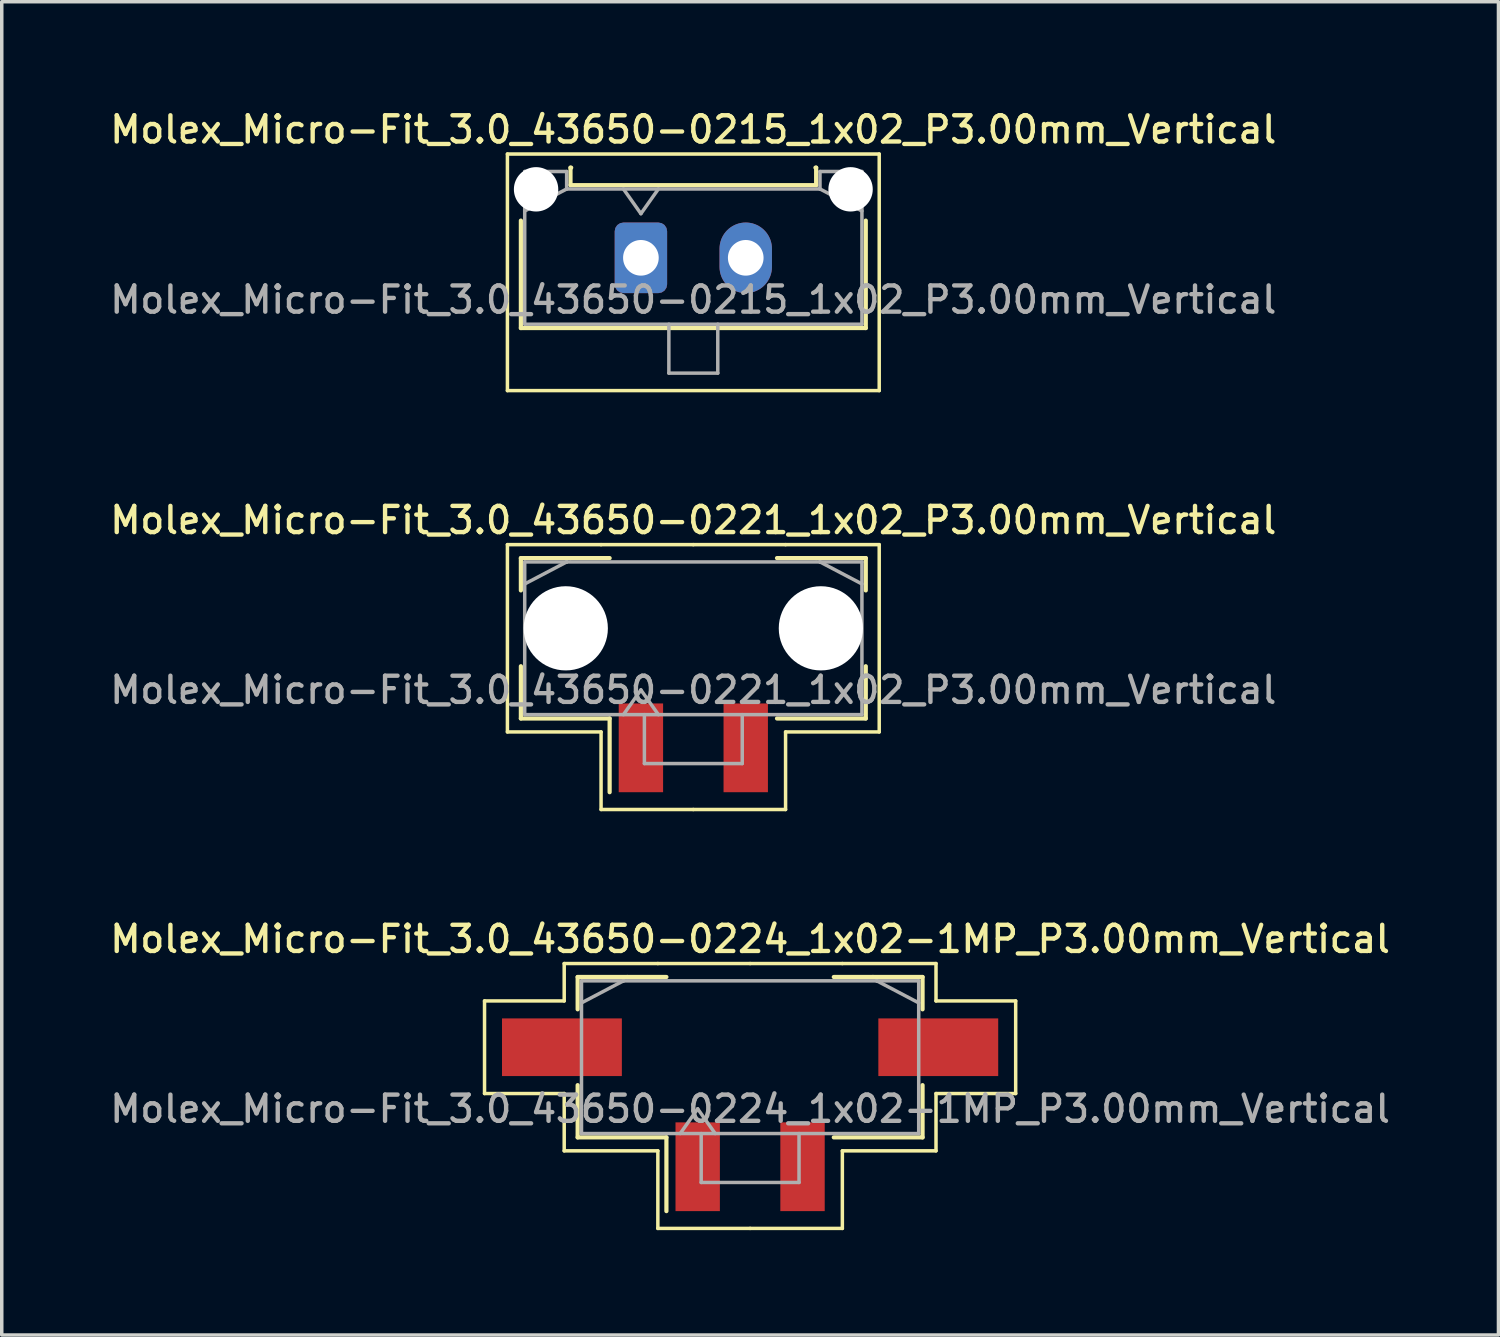
<source format=kicad_pcb>
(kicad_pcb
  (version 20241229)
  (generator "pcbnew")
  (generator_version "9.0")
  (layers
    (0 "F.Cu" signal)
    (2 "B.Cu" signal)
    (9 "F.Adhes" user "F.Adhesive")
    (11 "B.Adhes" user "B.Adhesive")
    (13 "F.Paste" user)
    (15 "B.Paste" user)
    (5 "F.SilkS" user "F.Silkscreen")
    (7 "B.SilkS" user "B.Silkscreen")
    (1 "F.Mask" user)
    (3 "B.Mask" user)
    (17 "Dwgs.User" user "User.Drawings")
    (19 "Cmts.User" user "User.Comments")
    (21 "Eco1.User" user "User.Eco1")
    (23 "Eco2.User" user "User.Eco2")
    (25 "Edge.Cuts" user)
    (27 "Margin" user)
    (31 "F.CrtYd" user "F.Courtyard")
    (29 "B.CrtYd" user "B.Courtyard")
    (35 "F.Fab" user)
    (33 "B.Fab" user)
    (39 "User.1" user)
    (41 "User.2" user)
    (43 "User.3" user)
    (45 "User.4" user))
  (footprint "Molex_Micro-Fit_3.0_43650-0224_1x02-1MP_P3.00mm_Vertical"
    (layer "F.Cu")
    (at 18.416 27.204)
    (property "Reference" "Molex_Micro-Fit_3.0_43650-0224_1x02-1MP_P3.00mm_Vertical" (at 0 -3.38 0) (layer "F.SilkS") (effects (font (size 0.75 0.75) (thickness 0.125))))
    (attr smd)
    (fp_line (start -7.6 -1.61) (end -7.6 1.04) (stroke (width 0.1) (type solid)) (layer "F.SilkS"))
    (fp_line (start -7.6 1.04) (end -5.32 1.04) (stroke (width 0.1) (type solid)) (layer "F.SilkS"))
    (fp_line (start -5.32 -2.68) (end -5.32 -1.61) (stroke (width 0.1) (type solid)) (layer "F.SilkS"))
    (fp_line (start -5.32 -1.61) (end -7.6 -1.61) (stroke (width 0.1) (type solid)) (layer "F.SilkS"))
    (fp_line (start -5.32 1.04) (end -5.32 2.68) (stroke (width 0.1) (type solid)) (layer "F.SilkS"))
    (fp_line (start -5.32 2.68) (end -2.64 2.68) (stroke (width 0.1) (type solid)) (layer "F.SilkS"))
    (fp_line (start -4.935 -2.295) (end -3.515 -2.295) (stroke (width 0.12) (type solid)) (layer "F.SilkS"))
    (fp_line (start -4.935 -1.37) (end -4.935 -2.295) (stroke (width 0.12) (type solid)) (layer "F.SilkS"))
    (fp_line (start -4.935 0.8) (end -4.935 2.295) (stroke (width 0.12) (type solid)) (layer "F.SilkS"))
    (fp_line (start -4.935 2.295) (end -2.395 2.295) (stroke (width 0.12) (type solid)) (layer "F.SilkS"))
    (fp_line (start -3.515 -2.295) (end -3.515 -2.295) (stroke (width 0.12) (type solid)) (layer "F.SilkS"))
    (fp_line (start -3.515 -2.295) (end -2.395 -2.295) (stroke (width 0.12) (type solid)) (layer "F.SilkS"))
    (fp_line (start -2.64 -2.68) (end -5.32 -2.68) (stroke (width 0.1) (type solid)) (layer "F.SilkS"))
    (fp_line (start -2.64 2.68) (end -2.64 4.9) (stroke (width 0.1) (type solid)) (layer "F.SilkS"))
    (fp_line (start -2.64 4.9) (end 0 4.9) (stroke (width 0.1) (type solid)) (layer "F.SilkS"))
    (fp_line (start -2.395 2.295) (end -2.395 4.405) (stroke (width 0.12) (type solid)) (layer "F.SilkS"))
    (fp_line (start 0 -2.68) (end -2.64 -2.68) (stroke (width 0.1) (type solid)) (layer "F.SilkS"))
    (fp_line (start 0 -2.68) (end 2.64 -2.68) (stroke (width 0.1) (type solid)) (layer "F.SilkS"))
    (fp_line (start 2.64 -2.68) (end 5.32 -2.68) (stroke (width 0.1) (type solid)) (layer "F.SilkS"))
    (fp_line (start 2.64 2.68) (end 2.64 4.9) (stroke (width 0.1) (type solid)) (layer "F.SilkS"))
    (fp_line (start 2.64 4.9) (end 0 4.9) (stroke (width 0.1) (type solid)) (layer "F.SilkS"))
    (fp_line (start 3.515 -2.295) (end 2.395 -2.295) (stroke (width 0.12) (type solid)) (layer "F.SilkS"))
    (fp_line (start 3.515 -2.295) (end 3.515 -2.295) (stroke (width 0.12) (type solid)) (layer "F.SilkS"))
    (fp_line (start 4.935 -2.295) (end 3.515 -2.295) (stroke (width 0.12) (type solid)) (layer "F.SilkS"))
    (fp_line (start 4.935 -1.37) (end 4.935 -2.295) (stroke (width 0.12) (type solid)) (layer "F.SilkS"))
    (fp_line (start 4.935 0.8) (end 4.935 2.295) (stroke (width 0.12) (type solid)) (layer "F.SilkS"))
    (fp_line (start 4.935 2.295) (end 2.395 2.295) (stroke (width 0.12) (type solid)) (layer "F.SilkS"))
    (fp_line (start 5.32 -2.68) (end 5.32 -1.61) (stroke (width 0.1) (type solid)) (layer "F.SilkS"))
    (fp_line (start 5.32 -1.61) (end 7.6 -1.61) (stroke (width 0.1) (type solid)) (layer "F.SilkS"))
    (fp_line (start 5.32 1.04) (end 5.32 2.68) (stroke (width 0.1) (type solid)) (layer "F.SilkS"))
    (fp_line (start 5.32 2.68) (end 2.64 2.68) (stroke (width 0.1) (type solid)) (layer "F.SilkS"))
    (fp_line (start 7.6 -1.61) (end 7.6 1.04) (stroke (width 0.1) (type solid)) (layer "F.SilkS"))
    (fp_line (start 7.6 1.04) (end 5.32 1.04) (stroke (width 0.1) (type solid)) (layer "F.SilkS"))
    (fp_line (start -4.825 -2.185) (end -4.825 2.185) (stroke (width 0.1) (type solid)) (layer "F.Fab"))
    (fp_line (start -4.825 -1.555) (end -3.625 -2.185) (stroke (width 0.1) (type solid)) (layer "F.Fab"))
    (fp_line (start -4.825 2.185) (end 4.825 2.185) (stroke (width 0.1) (type solid)) (layer "F.Fab"))
    (fp_line (start -3.625 -2.185) (end -4.825 -2.185) (stroke (width 0.1) (type solid)) (layer "F.Fab"))
    (fp_line (start -3.625 -2.185) (end -3.625 -2.185) (stroke (width 0.1) (type solid)) (layer "F.Fab"))
    (fp_line (start -2 2.185) (end -1.5 1.478) (stroke (width 0.1) (type solid)) (layer "F.Fab"))
    (fp_line (start -1.5 1.478) (end -1 2.185) (stroke (width 0.1) (type solid)) (layer "F.Fab"))
    (fp_line (start -1.4 2.185) (end -1.4 3.585) (stroke (width 0.1) (type solid)) (layer "F.Fab"))
    (fp_line (start -1.4 3.585) (end 1.4 3.585) (stroke (width 0.1) (type solid)) (layer "F.Fab"))
    (fp_line (start 1.4 3.585) (end 1.4 2.185) (stroke (width 0.1) (type solid)) (layer "F.Fab"))
    (fp_line (start 3.625 -2.185) (end -3.625 -2.185) (stroke (width 0.1) (type solid)) (layer "F.Fab"))
    (fp_line (start 3.625 -2.185) (end 3.625 -2.185) (stroke (width 0.1) (type solid)) (layer "F.Fab"))
    (fp_line (start 4.825 -2.185) (end 3.625 -2.185) (stroke (width 0.1) (type solid)) (layer "F.Fab"))
    (fp_line (start 4.825 -1.555) (end 3.625 -2.185) (stroke (width 0.1) (type solid)) (layer "F.Fab"))
    (fp_line (start 4.825 2.185) (end 4.825 -2.185) (stroke (width 0.1) (type solid)) (layer "F.Fab"))
    (fp_text user "${REFERENCE}" (at 0 1.48 0) (layer "F.Fab") (effects (font (size 0.75 0.75) (thickness 0.125))))
    (pad "1" smd rect (at -1.5 3.135) (size 1.27 2.54) (layers "F.Cu" "F.Mask" "F.Paste"))
    (pad "2" smd rect (at 1.5 3.135) (size 1.27 2.54) (layers "F.Cu" "F.Mask" "F.Paste"))
    (pad "MP" smd rect (at -5.385 -0.285) (size 3.43 1.65) (layers "F.Cu" "F.Mask" "F.Paste"))
    (pad "MP" smd rect (at 5.385 -0.285) (size 3.43 1.65) (layers "F.Cu" "F.Mask" "F.Paste")))
  (footprint "Molex_Micro-Fit_3.0_43650-0221_1x02_P3.00mm_Vertical"
    (layer "F.Cu")
    (at 16.791 15.216)
    (property "Reference" "Molex_Micro-Fit_3.0_43650-0221_1x02_P3.00mm_Vertical" (at 0 -3.38 0) (layer "F.SilkS") (effects (font (size 0.75 0.75) (thickness 0.125))))
    (attr smd)
    (fp_line (start -5.32 -2.68) (end -5.32 2.68) (stroke (width 0.1) (type solid)) (layer "F.SilkS"))
    (fp_line (start -5.32 2.68) (end -2.64 2.68) (stroke (width 0.1) (type solid)) (layer "F.SilkS"))
    (fp_line (start -4.935 -2.295) (end -3.515 -2.295) (stroke (width 0.12) (type solid)) (layer "F.SilkS"))
    (fp_line (start -4.935 -1.37) (end -4.935 -2.295) (stroke (width 0.12) (type solid)) (layer "F.SilkS"))
    (fp_line (start -4.935 0.8) (end -4.935 2.295) (stroke (width 0.12) (type solid)) (layer "F.SilkS"))
    (fp_line (start -4.935 2.295) (end -2.395 2.295) (stroke (width 0.12) (type solid)) (layer "F.SilkS"))
    (fp_line (start -3.515 -2.295) (end -3.515 -2.295) (stroke (width 0.12) (type solid)) (layer "F.SilkS"))
    (fp_line (start -3.515 -2.295) (end -2.395 -2.295) (stroke (width 0.12) (type solid)) (layer "F.SilkS"))
    (fp_line (start -2.64 -2.68) (end -5.32 -2.68) (stroke (width 0.1) (type solid)) (layer "F.SilkS"))
    (fp_line (start -2.64 2.68) (end -2.64 4.9) (stroke (width 0.1) (type solid)) (layer "F.SilkS"))
    (fp_line (start -2.64 4.9) (end 0 4.9) (stroke (width 0.1) (type solid)) (layer "F.SilkS"))
    (fp_line (start -2.395 2.295) (end -2.395 4.405) (stroke (width 0.12) (type solid)) (layer "F.SilkS"))
    (fp_line (start 0 -2.68) (end -2.64 -2.68) (stroke (width 0.1) (type solid)) (layer "F.SilkS"))
    (fp_line (start 0 -2.68) (end 2.64 -2.68) (stroke (width 0.1) (type solid)) (layer "F.SilkS"))
    (fp_line (start 2.64 -2.68) (end 5.32 -2.68) (stroke (width 0.1) (type solid)) (layer "F.SilkS"))
    (fp_line (start 2.64 2.68) (end 2.64 4.9) (stroke (width 0.1) (type solid)) (layer "F.SilkS"))
    (fp_line (start 2.64 4.9) (end 0 4.9) (stroke (width 0.1) (type solid)) (layer "F.SilkS"))
    (fp_line (start 3.515 -2.295) (end 2.395 -2.295) (stroke (width 0.12) (type solid)) (layer "F.SilkS"))
    (fp_line (start 3.515 -2.295) (end 3.515 -2.295) (stroke (width 0.12) (type solid)) (layer "F.SilkS"))
    (fp_line (start 4.935 -2.295) (end 3.515 -2.295) (stroke (width 0.12) (type solid)) (layer "F.SilkS"))
    (fp_line (start 4.935 -1.37) (end 4.935 -2.295) (stroke (width 0.12) (type solid)) (layer "F.SilkS"))
    (fp_line (start 4.935 0.8) (end 4.935 2.295) (stroke (width 0.12) (type solid)) (layer "F.SilkS"))
    (fp_line (start 4.935 2.295) (end 2.395 2.295) (stroke (width 0.12) (type solid)) (layer "F.SilkS"))
    (fp_line (start 5.32 -2.68) (end 5.32 2.68) (stroke (width 0.1) (type solid)) (layer "F.SilkS"))
    (fp_line (start 5.32 2.68) (end 2.64 2.68) (stroke (width 0.1) (type solid)) (layer "F.SilkS"))
    (fp_line (start -4.825 -2.185) (end -4.825 2.185) (stroke (width 0.1) (type solid)) (layer "F.Fab"))
    (fp_line (start -4.825 -1.555) (end -3.625 -2.185) (stroke (width 0.1) (type solid)) (layer "F.Fab"))
    (fp_line (start -4.825 2.185) (end 4.825 2.185) (stroke (width 0.1) (type solid)) (layer "F.Fab"))
    (fp_line (start -3.625 -2.185) (end -4.825 -2.185) (stroke (width 0.1) (type solid)) (layer "F.Fab"))
    (fp_line (start -3.625 -2.185) (end -3.625 -2.185) (stroke (width 0.1) (type solid)) (layer "F.Fab"))
    (fp_line (start -2 2.185) (end -1.5 1.478) (stroke (width 0.1) (type solid)) (layer "F.Fab"))
    (fp_line (start -1.5 1.478) (end -1 2.185) (stroke (width 0.1) (type solid)) (layer "F.Fab"))
    (fp_line (start -1.4 2.185) (end -1.4 3.585) (stroke (width 0.1) (type solid)) (layer "F.Fab"))
    (fp_line (start -1.4 3.585) (end 1.4 3.585) (stroke (width 0.1) (type solid)) (layer "F.Fab"))
    (fp_line (start 1.4 3.585) (end 1.4 2.185) (stroke (width 0.1) (type solid)) (layer "F.Fab"))
    (fp_line (start 3.625 -2.185) (end -3.625 -2.185) (stroke (width 0.1) (type solid)) (layer "F.Fab"))
    (fp_line (start 3.625 -2.185) (end 3.625 -2.185) (stroke (width 0.1) (type solid)) (layer "F.Fab"))
    (fp_line (start 4.825 -2.185) (end 3.625 -2.185) (stroke (width 0.1) (type solid)) (layer "F.Fab"))
    (fp_line (start 4.825 -1.555) (end 3.625 -2.185) (stroke (width 0.1) (type solid)) (layer "F.Fab"))
    (fp_line (start 4.825 2.185) (end 4.825 -2.185) (stroke (width 0.1) (type solid)) (layer "F.Fab"))
    (fp_text user "${REFERENCE}" (at 0 1.48 0) (layer "F.Fab") (effects (font (size 0.75 0.75) (thickness 0.125))))
    (pad "" np_thru_hole circle (at -3.65 -0.285) (size 2.41 2.41) (drill 2.41) (layers "*.Cu" "*.Mask"))
    (pad "" np_thru_hole circle (at 3.65 -0.285) (size 2.41 2.41) (drill 2.41) (layers "*.Cu" "*.Mask"))
    (pad "1" smd rect (at -1.5 3.135) (size 1.27 2.54) (layers "F.Cu" "F.Mask" "F.Paste"))
    (pad "2" smd rect (at 1.5 3.135) (size 1.27 2.54) (layers "F.Cu" "F.Mask" "F.Paste")))
  (footprint "Molex_Micro-Fit_3.0_43650-0215_1x02_P3.00mm_Vertical"
    (layer "F.Cu")
    (at 15.291 4.328)
    (property "Reference" "Molex_Micro-Fit_3.0_43650-0215_1x02_P3.00mm_Vertical" (at 1.5 -3.67 0) (layer "F.SilkS") (effects (font (size 0.75 0.75) (thickness 0.125))))
    (attr through_hole)
    (fp_line (start -3.82 -2.97) (end 6.82 -2.97) (stroke (width 0.1) (type solid)) (layer "F.SilkS"))
    (fp_line (start -3.82 3.8) (end -3.82 -2.97) (stroke (width 0.1) (type solid)) (layer "F.SilkS"))
    (fp_line (start -3.435 -1.065) (end -3.435 2.01) (stroke (width 0.12) (type solid)) (layer "F.SilkS"))
    (fp_line (start -3.435 2.01) (end 6.435 2.01) (stroke (width 0.12) (type solid)) (layer "F.SilkS"))
    (fp_line (start -2.015 -2.58) (end -2.015 -2.08) (stroke (width 0.12) (type solid)) (layer "F.SilkS"))
    (fp_line (start -2.015 -2.08) (end 5.015 -2.08) (stroke (width 0.12) (type solid)) (layer "F.SilkS"))
    (fp_line (start -1.995 -2.58) (end -2.015 -2.58) (stroke (width 0.12) (type solid)) (layer "F.SilkS"))
    (fp_line (start 5.015 -2.58) (end 4.995 -2.58) (stroke (width 0.12) (type solid)) (layer "F.SilkS"))
    (fp_line (start 5.015 -2.08) (end 5.015 -2.58) (stroke (width 0.12) (type solid)) (layer "F.SilkS"))
    (fp_line (start 6.435 2.01) (end 6.435 -1.065) (stroke (width 0.12) (type solid)) (layer "F.SilkS"))
    (fp_line (start 6.82 -2.97) (end 6.82 3.8) (stroke (width 0.1) (type solid)) (layer "F.SilkS"))
    (fp_line (start 6.82 3.8) (end -3.82 3.8) (stroke (width 0.1) (type solid)) (layer "F.SilkS"))
    (fp_line (start -3.325 -2.47) (end -3.325 1.9) (stroke (width 0.1) (type solid)) (layer "F.Fab"))
    (fp_line (start -3.325 -1.34) (end -2.125 -1.97) (stroke (width 0.1) (type solid)) (layer "F.Fab"))
    (fp_line (start -3.325 1.9) (end 6.325 1.9) (stroke (width 0.1) (type solid)) (layer "F.Fab"))
    (fp_line (start -2.125 -2.47) (end -3.325 -2.47) (stroke (width 0.1) (type solid)) (layer "F.Fab"))
    (fp_line (start -2.125 -1.97) (end -2.125 -2.47) (stroke (width 0.1) (type solid)) (layer "F.Fab"))
    (fp_line (start -0.5 -1.97) (end 0 -1.263) (stroke (width 0.1) (type solid)) (layer "F.Fab"))
    (fp_line (start 0 -1.263) (end 0.5 -1.97) (stroke (width 0.1) (type solid)) (layer "F.Fab"))
    (fp_line (start 0.8 1.9) (end 0.8 3.3) (stroke (width 0.1) (type solid)) (layer "F.Fab"))
    (fp_line (start 0.8 3.3) (end 2.2 3.3) (stroke (width 0.1) (type solid)) (layer "F.Fab"))
    (fp_line (start 2.2 3.3) (end 2.2 1.9) (stroke (width 0.1) (type solid)) (layer "F.Fab"))
    (fp_line (start 5.125 -2.47) (end 5.125 -1.97) (stroke (width 0.1) (type solid)) (layer "F.Fab"))
    (fp_line (start 5.125 -1.97) (end -2.125 -1.97) (stroke (width 0.1) (type solid)) (layer "F.Fab"))
    (fp_line (start 6.325 -2.47) (end 5.125 -2.47) (stroke (width 0.1) (type solid)) (layer "F.Fab"))
    (fp_line (start 6.325 -1.34) (end 5.125 -1.97) (stroke (width 0.1) (type solid)) (layer "F.Fab"))
    (fp_line (start 6.325 1.9) (end 6.325 -2.47) (stroke (width 0.1) (type solid)) (layer "F.Fab"))
    (fp_text user "${REFERENCE}" (at 1.5 1.2 0) (layer "F.Fab") (effects (font (size 0.75 0.75) (thickness 0.125))))
    (pad "" np_thru_hole circle (at -3 -1.96) (size 1.27 1.27) (drill 1.27) (layers "*.Cu" "*.Mask"))
    (pad "" np_thru_hole circle (at 6 -1.96) (size 1.27 1.27) (drill 1.27) (layers "*.Cu" "*.Mask"))
    (pad "1" thru_hole roundrect (at 0 0) (size 1.5 2.02) (drill 1.02) (layers "*.Cu" "*.Mask") (roundrect_rratio 0.167))
    (pad "2" thru_hole oval (at 3 0) (size 1.5 2.02) (drill 1.02) (layers "*.Cu" "*.Mask")))
  (gr_rect
    (start -3 -3)
    (end 39.832 35.154)
    (stroke (width 0.1) (type default))
    (fill no)
    (layer "Edge.Cuts")))
</source>
